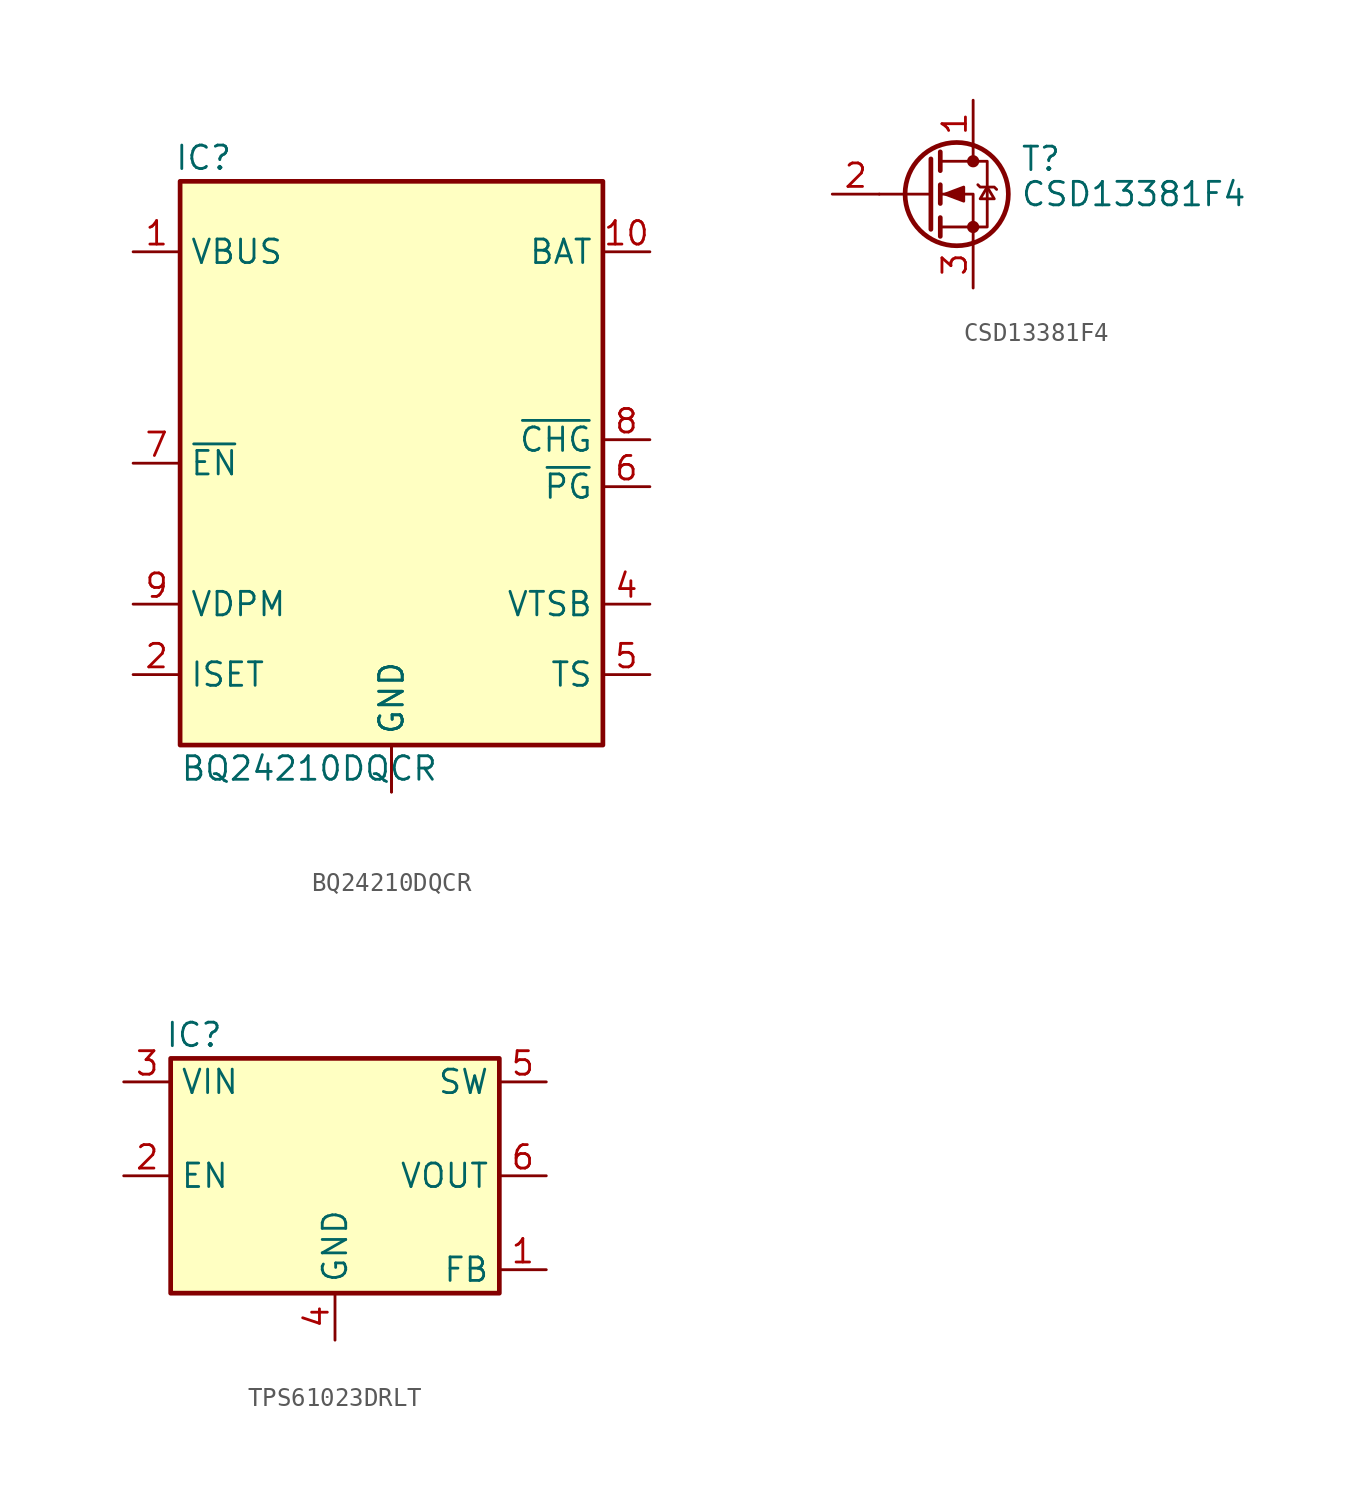
<source format=kicad_sym>
(kicad_symbol_lib
  (version 20220914)
  (generator kicad_symbol_editor)
  (symbol "BQ24210DQCR"
    (property "Reference" "IC"
      (at -10.16 16.51 0)
      (effects (font (size 1.27 1.27))))
    (property "Value" "BQ24210DQCR"
      (at -4.445 -16.51 0)
      (effects (font (size 1.27 1.27))))
    (symbol "BQ24210DQCR_1_0"
      (rectangle (start -11.43 15.24) (end 11.43 -15.24) (stroke (width 0.254) (type default)) (fill (type background)))
      (pin power_in line (at -13.97 11.43 0) (length 2.54) (name "VBUS" (effects (font (size 1.27 1.27)))) (number "1" (effects (font (size 1.27 1.27)))))
      (pin output line (at 13.97 11.43 180) (length 2.54) (name "BAT" (effects (font (size 1.27 1.27)))) (number "10" (effects (font (size 1.27 1.27)))))
      (pin input line (at -13.97 -11.43 0) (length 2.54) (name "ISET" (effects (font (size 1.27 1.27)))) (number "2" (effects (font (size 1.27 1.27)))))
      (pin power_in line (at 0 -17.78 90) (length 2.54) (name "GND" (effects (font (size 1.27 1.27)))) (number "3" (effects (font (size 0 0)))))
      (pin output line (at 13.97 -7.62 180) (length 2.54) (name "VTSB" (effects (font (size 1.27 1.27)))) (number "4" (effects (font (size 1.27 1.27)))))
      (pin input line (at 13.97 -11.43 180) (length 2.54) (name "TS" (effects (font (size 1.27 1.27)))) (number "5" (effects (font (size 1.27 1.27)))))
      (pin open_collector line (at 13.97 -1.27 180) (length 2.54) (name "~{PG}" (effects (font (size 1.27 1.27)))) (number "6" (effects (font (size 1.27 1.27)))))
      (pin input line (at -13.97 0 0) (length 2.54) (name "~{EN}" (effects (font (size 1.27 1.27)))) (number "7" (effects (font (size 1.27 1.27)))))
      (pin open_collector line (at 13.97 1.27 180) (length 2.54) (name "~{CHG}" (effects (font (size 1.27 1.27)))) (number "8" (effects (font (size 1.27 1.27)))))
      (pin input line (at -13.97 -7.62 0) (length 2.54) (name "VDPM" (effects (font (size 1.27 1.27)))) (number "9" (effects (font (size 1.27 1.27)))))
      (pin power_in line (at 0 -17.78 90) (length 2.54) (name "GND" (effects (font (size 1.27 1.27)))) (number "THERMAL" (effects (font (size 0 0)))))))
  (symbol "CSD13381F4"
    (pin_names hide)
    (property "Reference" "T"
      (at 5.08 1.905 0)
      (effects (font (size 1.27 1.27)) (justify left)))
    (property "Value" "CSD13381F4"
      (at 5.08 0 0)
      (effects (font (size 1.27 1.27)) (justify left)))
    (symbol "CSD13381F4_0_1"
      (polyline (pts (xy 0.254 0) (xy -2.54 0)) (stroke (width 0) (type solid)) (fill (type none)))
      (polyline (pts (xy 0.254 1.905) (xy 0.254 -1.905)) (stroke (width 0.254) (type solid)) (fill (type none)))
      (polyline (pts (xy 0.762 -1.27) (xy 0.762 -2.286)) (stroke (width 0.254) (type solid)) (fill (type none)))
      (polyline (pts (xy 0.762 0.508) (xy 0.762 -0.508)) (stroke (width 0.254) (type solid)) (fill (type none)))
      (polyline (pts (xy 0.762 2.286) (xy 0.762 1.27)) (stroke (width 0.254) (type solid)) (fill (type none)))
      (polyline (pts (xy 2.54 2.54) (xy 2.54 1.778)) (stroke (width 0) (type solid)) (fill (type none)))
      (polyline (pts (xy 2.54 -2.54) (xy 2.54 0) (xy 0.762 0)) (stroke (width 0) (type solid)) (fill (type none)))
      (polyline (pts (xy 0.762 -1.778) (xy 3.302 -1.778) (xy 3.302 1.778) (xy 0.762 1.778)) (stroke (width 0) (type solid)) (fill (type none)))
      (polyline (pts (xy 1.016 0) (xy 2.032 0.381) (xy 2.032 -0.381) (xy 1.016 0)) (stroke (width 0) (type solid)) (fill (type outline)))
      (polyline (pts (xy 2.794 0.508) (xy 2.921 0.381) (xy 3.683 0.381) (xy 3.81 0.254)) (stroke (width 0) (type solid)) (fill (type none)))
      (polyline (pts (xy 3.302 0.381) (xy 2.921 -0.254) (xy 3.683 -0.254) (xy 3.302 0.381)) (stroke (width 0) (type solid)) (fill (type none)))
      (circle (center 1.651 0) (radius 2.794) (stroke (width 0.254) (type solid)) (fill (type none)))
      (circle (center 2.54 -1.778) (radius 0.254) (stroke (width 0) (type solid)) (fill (type outline)))
      (circle (center 2.54 1.778) (radius 0.254) (stroke (width 0) (type solid)) (fill (type outline))))
    (symbol "CSD13381F4_1_1"
      (pin passive line (at 2.54 5.08 270) (length 2.54) (name "D" (effects (font (size 1.27 1.27)))) (number "1" (effects (font (size 1.27 1.27)))))
      (pin passive line (at -5.08 0 0) (length 2.54) (name "G" (effects (font (size 1.27 1.27)))) (number "2" (effects (font (size 1.27 1.27)))))
      (pin passive line (at 2.54 -5.08 90) (length 2.54) (name "S" (effects (font (size 1.27 1.27)))) (number "3" (effects (font (size 1.27 1.27)))))))
  (symbol "TPS61023DRLT"
    (property "Reference" "IC"
      (at -7.62 7.62 0)
      (effects (font (size 1.27 1.27))))
    (property "Value" ""
      (at 0 0 0)
      (effects (font (size 1.27 1.27))))
    (symbol "TPS61023DRLT_1_0"
      (pin passive line (at 11.43 -5.08 180) (length 2.54) (name "FB" (effects (font (size 1.27 1.27)))) (number "1" (effects (font (size 1.27 1.27)))))
      (pin input line (at -11.43 0 0) (length 2.54) (name "EN" (effects (font (size 1.27 1.27)))) (number "2" (effects (font (size 1.27 1.27)))))
      (pin power_in line (at -11.43 5.08 0) (length 2.54) (name "VIN" (effects (font (size 1.27 1.27)))) (number "3" (effects (font (size 1.27 1.27)))))
      (pin power_in line (at 0 -8.89 90) (length 2.54) (name "GND" (effects (font (size 1.27 1.27)))) (number "4" (effects (font (size 1.27 1.27)))))
      (pin passive line (at 11.43 5.08 180) (length 2.54) (name "SW" (effects (font (size 1.27 1.27)))) (number "5" (effects (font (size 1.27 1.27)))))
      (pin power_out line (at 11.43 0 180) (length 2.54) (name "VOUT" (effects (font (size 1.27 1.27)))) (number "6" (effects (font (size 1.27 1.27))))))
    (symbol "TPS61023DRLT_1_1"
      (polyline (pts (xy -8.89 6.35) (xy 8.89 6.35) (xy 8.89 -6.35) (xy -8.89 -6.35) (xy -8.89 6.35)) (stroke (width 0.254) (type default)) (fill (type background))))))
</source>
